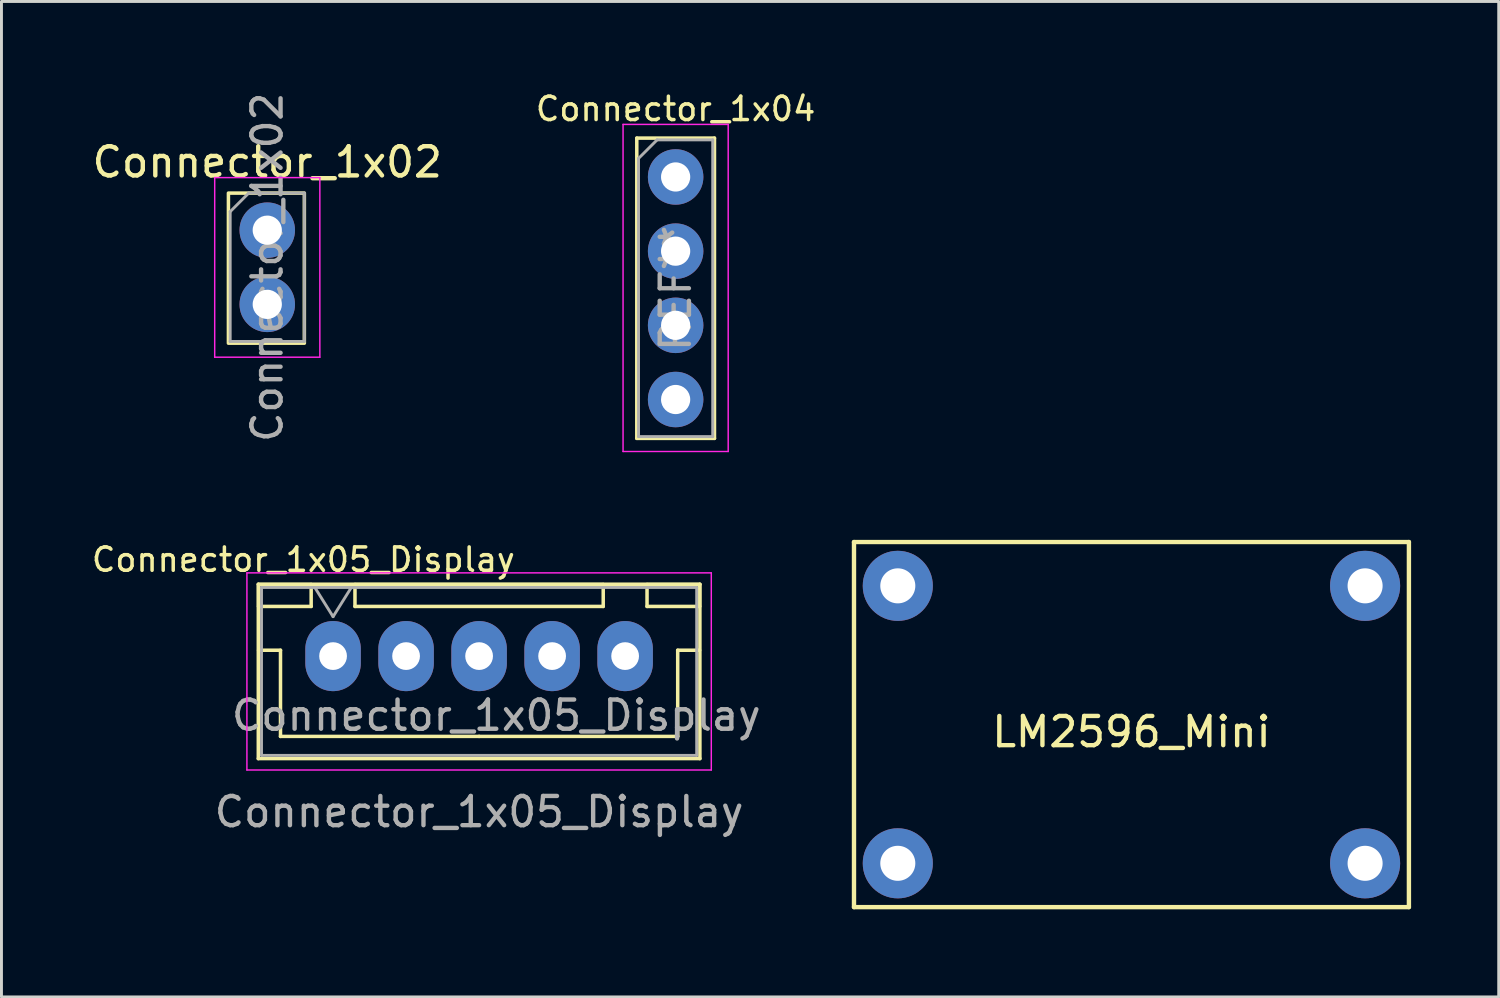
<source format=kicad_pcb>
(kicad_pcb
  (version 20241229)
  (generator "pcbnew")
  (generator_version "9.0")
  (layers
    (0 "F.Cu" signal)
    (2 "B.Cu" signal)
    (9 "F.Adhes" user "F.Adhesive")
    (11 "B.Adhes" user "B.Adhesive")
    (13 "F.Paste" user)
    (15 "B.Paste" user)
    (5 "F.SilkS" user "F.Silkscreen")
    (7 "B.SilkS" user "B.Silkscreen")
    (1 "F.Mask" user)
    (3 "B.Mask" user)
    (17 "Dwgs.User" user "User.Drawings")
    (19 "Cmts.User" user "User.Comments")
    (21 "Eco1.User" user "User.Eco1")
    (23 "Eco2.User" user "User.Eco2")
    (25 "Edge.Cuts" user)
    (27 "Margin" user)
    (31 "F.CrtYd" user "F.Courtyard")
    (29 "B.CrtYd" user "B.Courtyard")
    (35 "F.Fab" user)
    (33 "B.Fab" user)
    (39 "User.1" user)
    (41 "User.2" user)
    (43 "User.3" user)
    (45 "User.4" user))
  (footprint "LM2596_Mini"
    (layer "F.Cu")
    (at 27.59 16.709)
    (property "Reference" "LM2596_Mini" (at 8.1 5.3 0) (layer "F.SilkS") (effects (font (size 1 1) (thickness 0.15))))
    (attr through_hole)
    (fp_line (start -1.4 -1.2) (end 17.6 -1.2) (stroke (width 0.15) (type solid)) (layer "F.SilkS"))
    (fp_line (start -1.4 11.3) (end -1.4 -1.2) (stroke (width 0.15) (type solid)) (layer "F.SilkS"))
    (fp_line (start 17.6 -1.2) (end 17.6 11.3) (stroke (width 0.15) (type solid)) (layer "F.SilkS"))
    (fp_line (start 17.6 11.3) (end -1.4 11.3) (stroke (width 0.15) (type solid)) (layer "F.SilkS"))
    (pad "IN+" thru_hole circle (at 0.1 0.3) (size 2.4 2.4) (drill 1.2) (layers "*.Cu" "*.Mask"))
    (pad "IN-" thru_hole circle (at 0.1 9.8) (size 2.4 2.4) (drill 1.2) (layers "*.Cu" "*.Mask"))
    (pad "OUT+" thru_hole circle (at 16.1 0.3) (size 2.4 2.4) (drill 1.2) (layers "*.Cu" "*.Mask"))
    (pad "OUT-" thru_hole circle (at 16.1 9.8) (size 2.4 2.4) (drill 1.2) (layers "*.Cu" "*.Mask")))
  (footprint "Connector_1x02"
    (layer "F.Cu")
    (at 6.101 4.831)
    (property "Reference" "Connector_1x02" (at 0 -2.33 0) (layer "F.SilkS") (effects (font (size 1 1) (thickness 0.15))))
    (attr through_hole)
    (fp_rect (start 1.27 -1.27) (end -1.33 3.87) (stroke (width 0.12) (type solid)) (fill no) (layer "F.SilkS"))
    (fp_line (start -1.8 -1.8) (end -1.8 4.35) (stroke (width 0.05) (type solid)) (layer "F.CrtYd"))
    (fp_line (start -1.8 4.35) (end 1.8 4.35) (stroke (width 0.05) (type solid)) (layer "F.CrtYd"))
    (fp_line (start 1.8 -1.8) (end -1.8 -1.8) (stroke (width 0.05) (type solid)) (layer "F.CrtYd"))
    (fp_line (start 1.8 4.35) (end 1.8 -1.8) (stroke (width 0.05) (type solid)) (layer "F.CrtYd"))
    (fp_line (start -1.27 -0.635) (end -0.635 -1.27) (stroke (width 0.1) (type solid)) (layer "F.Fab"))
    (fp_line (start -1.27 3.81) (end -1.27 -0.635) (stroke (width 0.1) (type solid)) (layer "F.Fab"))
    (fp_line (start -0.635 -1.27) (end 1.27 -1.27) (stroke (width 0.1) (type solid)) (layer "F.Fab"))
    (fp_line (start 1.27 -1.27) (end 1.27 3.81) (stroke (width 0.1) (type solid)) (layer "F.Fab"))
    (fp_line (start 1.27 3.81) (end -1.27 3.81) (stroke (width 0.1) (type solid)) (layer "F.Fab"))
    (fp_text user "${REFERENCE}" (at 0 1.27 90) (layer "F.Fab") (effects (font (size 1 1) (thickness 0.15))))
    (pad "1" thru_hole circle (at 0 0) (size 1.9 1.9) (drill 1) (layers "*.Cu" "*.Mask"))
    (pad "2" thru_hole circle (at 0 2.54) (size 1.9 1.9) (drill 1) (layers "*.Cu" "*.Mask")))
  (footprint "Connector_1x05_Display"
    (layer "F.Cu")
    (at 8.354 19.414)
    (property "Reference" "Connector_1x05_Display" (at -1.016 -3.302 0) (layer "F.SilkS") (effects (font (size 0.8 0.8) (thickness 0.12))))
    (attr through_hole)
    (fp_line (start -2.56 -2.46) (end -2.56 3.51) (stroke (width 0.12) (type solid)) (layer "F.SilkS"))
    (fp_line (start -2.56 3.51) (end 12.56 3.51) (stroke (width 0.12) (type solid)) (layer "F.SilkS"))
    (fp_line (start -2.55 -2.45) (end -2.55 -1.7) (stroke (width 0.12) (type solid)) (layer "F.SilkS"))
    (fp_line (start -2.55 -1.7) (end -0.75 -1.7) (stroke (width 0.12) (type solid)) (layer "F.SilkS"))
    (fp_line (start -2.55 -0.2) (end -1.8 -0.2) (stroke (width 0.12) (type solid)) (layer "F.SilkS"))
    (fp_line (start -1.8 -0.2) (end -1.8 2.75) (stroke (width 0.12) (type solid)) (layer "F.SilkS"))
    (fp_line (start -0.75 -2.45) (end -2.55 -2.45) (stroke (width 0.12) (type solid)) (layer "F.SilkS"))
    (fp_line (start -0.75 -1.7) (end -0.75 -2.45) (stroke (width 0.12) (type solid)) (layer "F.SilkS"))
    (fp_line (start 0.75 -2.45) (end 0.75 -1.7) (stroke (width 0.12) (type solid)) (layer "F.SilkS"))
    (fp_line (start 0.75 -1.7) (end 9.25 -1.7) (stroke (width 0.12) (type solid)) (layer "F.SilkS"))
    (fp_line (start 5 2.75) (end -1.8 2.75) (stroke (width 0.12) (type solid)) (layer "F.SilkS"))
    (fp_line (start 9.25 -2.45) (end 0.75 -2.45) (stroke (width 0.12) (type solid)) (layer "F.SilkS"))
    (fp_line (start 9.25 -1.7) (end 9.25 -2.45) (stroke (width 0.12) (type solid)) (layer "F.SilkS"))
    (fp_line (start 10.75 -2.45) (end 10.75 -1.7) (stroke (width 0.12) (type solid)) (layer "F.SilkS"))
    (fp_line (start 10.75 -1.7) (end 12.55 -1.7) (stroke (width 0.12) (type solid)) (layer "F.SilkS"))
    (fp_line (start 11.8 -0.2) (end 11.8 2.75) (stroke (width 0.12) (type solid)) (layer "F.SilkS"))
    (fp_line (start 11.8 2.75) (end 5 2.75) (stroke (width 0.12) (type solid)) (layer "F.SilkS"))
    (fp_line (start 12.55 -2.45) (end 10.75 -2.45) (stroke (width 0.12) (type solid)) (layer "F.SilkS"))
    (fp_line (start 12.55 -1.7) (end 12.55 -2.45) (stroke (width 0.12) (type solid)) (layer "F.SilkS"))
    (fp_line (start 12.55 -0.2) (end 11.8 -0.2) (stroke (width 0.12) (type solid)) (layer "F.SilkS"))
    (fp_line (start 12.56 -2.46) (end -2.56 -2.46) (stroke (width 0.12) (type solid)) (layer "F.SilkS"))
    (fp_line (start 12.56 3.51) (end 12.56 -2.46) (stroke (width 0.12) (type solid)) (layer "F.SilkS"))
    (fp_line (start -2.95 -2.85) (end -2.95 3.9) (stroke (width 0.05) (type solid)) (layer "F.CrtYd"))
    (fp_line (start -2.95 3.9) (end 12.95 3.9) (stroke (width 0.05) (type solid)) (layer "F.CrtYd"))
    (fp_line (start 12.95 -2.85) (end -2.95 -2.85) (stroke (width 0.05) (type solid)) (layer "F.CrtYd"))
    (fp_line (start 12.95 3.9) (end 12.95 -2.85) (stroke (width 0.05) (type solid)) (layer "F.CrtYd"))
    (fp_line (start -2.45 -2.35) (end -2.45 3.4) (stroke (width 0.1) (type solid)) (layer "F.Fab"))
    (fp_line (start -2.45 3.4) (end 12.45 3.4) (stroke (width 0.1) (type solid)) (layer "F.Fab"))
    (fp_line (start -0.625 -2.35) (end 0 -1.35) (stroke (width 0.1) (type solid)) (layer "F.Fab"))
    (fp_line (start 0 -1.35) (end 0.625 -2.35) (stroke (width 0.1) (type solid)) (layer "F.Fab"))
    (fp_line (start 12.45 -2.35) (end -2.45 -2.35) (stroke (width 0.1) (type solid)) (layer "F.Fab"))
    (fp_line (start 12.45 3.4) (end 12.45 -2.35) (stroke (width 0.1) (type solid)) (layer "F.Fab"))
    (fp_text user "${REFERENCE}" (at 5.588 2.032 180) (layer "F.Fab") (effects (font (size 1 1) (thickness 0.15))))
    (fp_text user "Connector_1x05_Display" (at 5 5.334 180) (layer "F.Fab") (effects (font (size 1 1) (thickness 0.15))))
    (pad "1" thru_hole oval (at 0 0) (size 1.9 2.4) (drill 0.95) (layers "*.Cu" "*.Mask"))
    (pad "2" thru_hole oval (at 2.5 0) (size 1.9 2.4) (drill 0.95) (layers "*.Cu" "*.Mask"))
    (pad "3" thru_hole oval (at 5 0) (size 1.9 2.4) (drill 0.95) (layers "*.Cu" "*.Mask"))
    (pad "4" thru_hole oval (at 7.5 0) (size 1.9 2.4) (drill 0.95) (layers "*.Cu" "*.Mask"))
    (pad "5" thru_hole oval (at 10 0) (size 1.9 2.4) (drill 0.95) (layers "*.Cu" "*.Mask")))
  (footprint "Connector_1x04"
    (layer "F.Cu")
    (at 20.083 3.009)
    (property "Reference" "Connector_1x04" (at 0 -2.33 0) (layer "F.SilkS") (effects (font (size 0.8 0.8) (thickness 0.12))))
    (attr through_hole)
    (fp_line (start -1.33 -1.33) (end -1.33 8.95) (stroke (width 0.12) (type solid)) (layer "F.SilkS"))
    (fp_line (start -1.33 -1.33) (end 1.33 -1.33) (stroke (width 0.12) (type solid)) (layer "F.SilkS"))
    (fp_line (start -1.33 8.95) (end 1.33 8.95) (stroke (width 0.12) (type solid)) (layer "F.SilkS"))
    (fp_line (start 1.33 -1.33) (end 1.33 8.95) (stroke (width 0.12) (type solid)) (layer "F.SilkS"))
    (fp_line (start -1.8 -1.8) (end -1.8 9.4) (stroke (width 0.05) (type solid)) (layer "F.CrtYd"))
    (fp_line (start -1.8 9.4) (end 1.8 9.4) (stroke (width 0.05) (type solid)) (layer "F.CrtYd"))
    (fp_line (start 1.8 -1.8) (end -1.8 -1.8) (stroke (width 0.05) (type solid)) (layer "F.CrtYd"))
    (fp_line (start 1.8 9.4) (end 1.8 -1.8) (stroke (width 0.05) (type solid)) (layer "F.CrtYd"))
    (fp_line (start -1.27 -0.635) (end -0.635 -1.27) (stroke (width 0.1) (type solid)) (layer "F.Fab"))
    (fp_line (start -1.27 8.89) (end -1.27 -0.635) (stroke (width 0.1) (type solid)) (layer "F.Fab"))
    (fp_line (start -0.635 -1.27) (end 1.27 -1.27) (stroke (width 0.1) (type solid)) (layer "F.Fab"))
    (fp_line (start 1.27 -1.27) (end 1.27 8.89) (stroke (width 0.1) (type solid)) (layer "F.Fab"))
    (fp_line (start 1.27 8.89) (end -1.27 8.89) (stroke (width 0.1) (type solid)) (layer "F.Fab"))
    (fp_text user "REF**" (at 0 3.81 90) (layer "F.Fab") (effects (font (size 1 1) (thickness 0.15))))
    (pad "1" thru_hole circle (at 0 0) (size 1.9 1.9) (drill 1) (layers "*.Cu" "*.Mask"))
    (pad "2" thru_hole circle (at 0 2.54) (size 1.9 1.9) (drill 1) (layers "*.Cu" "*.Mask"))
    (pad "3" thru_hole circle (at 0 5.08) (size 1.9 1.9) (drill 1) (layers "*.Cu" "*.Mask"))
    (pad "4" thru_hole circle (at 0 7.62) (size 1.9 1.9) (drill 1) (layers "*.Cu" "*.Mask")))
  (gr_rect
    (start -3 -3)
    (end 48.265 31.084)
    (stroke (width 0.1) (type default))
    (fill no)
    (layer "Edge.Cuts")))
</source>
